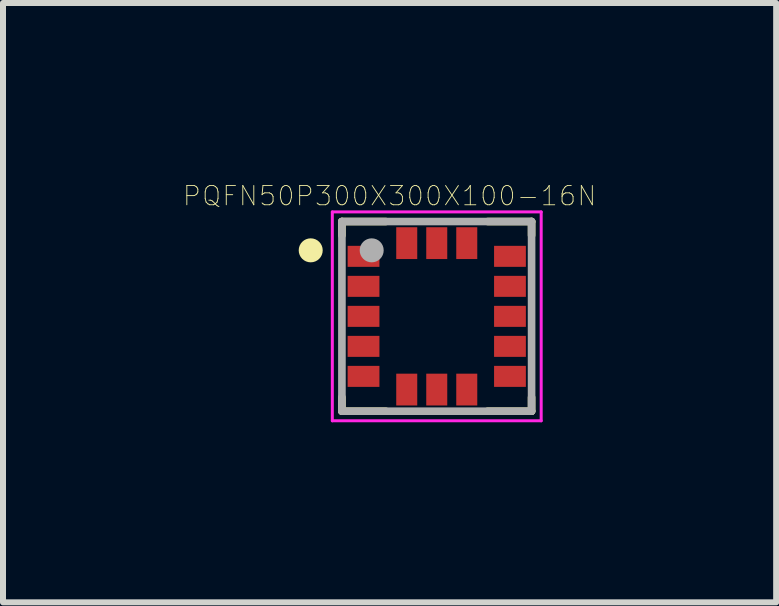
<source format=kicad_pcb>
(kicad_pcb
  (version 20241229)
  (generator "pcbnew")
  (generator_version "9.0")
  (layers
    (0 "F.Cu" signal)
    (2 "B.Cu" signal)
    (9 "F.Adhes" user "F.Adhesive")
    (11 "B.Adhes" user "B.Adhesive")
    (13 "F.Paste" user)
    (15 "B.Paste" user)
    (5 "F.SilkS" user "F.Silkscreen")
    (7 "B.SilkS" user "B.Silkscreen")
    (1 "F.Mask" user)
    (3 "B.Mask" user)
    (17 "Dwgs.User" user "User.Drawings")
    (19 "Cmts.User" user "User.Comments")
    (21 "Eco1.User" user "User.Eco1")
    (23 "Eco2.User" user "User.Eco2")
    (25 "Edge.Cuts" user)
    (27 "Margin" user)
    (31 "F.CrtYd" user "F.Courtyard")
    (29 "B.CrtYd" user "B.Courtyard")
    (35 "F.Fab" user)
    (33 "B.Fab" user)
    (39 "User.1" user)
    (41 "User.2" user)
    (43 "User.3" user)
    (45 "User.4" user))
  (footprint "PQFN50P300X300X100-16N"
    (layer "F.Cu")
    (at 4.227 2.221)
    (property "Reference" "PQFN50P300X300X100-16N" (at -0.786 -2.007 0) (layer "F.SilkS") (effects (font (size 0.321 0.321) (thickness 0.015))))
    (attr through_hole)
    (fp_line (start -1.58 -1.58) (end -0.85 -1.58) (stroke (width 0.127) (type solid)) (layer "F.SilkS"))
    (fp_line (start -1.58 -1.35) (end -1.58 -1.58) (stroke (width 0.127) (type solid)) (layer "F.SilkS"))
    (fp_line (start -1.58 1.35) (end -1.58 1.58) (stroke (width 0.127) (type solid)) (layer "F.SilkS"))
    (fp_line (start -1.58 1.58) (end -0.85 1.58) (stroke (width 0.127) (type solid)) (layer "F.SilkS"))
    (fp_line (start 0.85 -1.58) (end 1.58 -1.58) (stroke (width 0.127) (type solid)) (layer "F.SilkS"))
    (fp_line (start 0.85 1.58) (end 1.58 1.58) (stroke (width 0.127) (type solid)) (layer "F.SilkS"))
    (fp_line (start 1.58 -1.58) (end 1.58 -1.35) (stroke (width 0.127) (type solid)) (layer "F.SilkS"))
    (fp_line (start 1.58 1.58) (end 1.58 1.35) (stroke (width 0.127) (type solid)) (layer "F.SilkS"))
    (fp_circle (center -2.1 -1.1) (end -2 -1.1) (stroke (width 0.2) (type solid)) (fill no) (layer "F.SilkS"))
    (fp_line (start -1.74 -1.74) (end 1.74 -1.74) (stroke (width 0.05) (type solid)) (layer "F.CrtYd"))
    (fp_line (start -1.74 1.74) (end -1.74 -1.74) (stroke (width 0.05) (type solid)) (layer "F.CrtYd"))
    (fp_line (start 1.74 -1.74) (end 1.74 1.74) (stroke (width 0.05) (type solid)) (layer "F.CrtYd"))
    (fp_line (start 1.74 1.74) (end -1.74 1.74) (stroke (width 0.05) (type solid)) (layer "F.CrtYd"))
    (fp_line (start -1.58 -1.58) (end 1.58 -1.58) (stroke (width 0.127) (type solid)) (layer "F.Fab"))
    (fp_line (start -1.58 1.58) (end -1.58 -1.58) (stroke (width 0.127) (type solid)) (layer "F.Fab"))
    (fp_line (start 1.58 -1.58) (end 1.58 1.58) (stroke (width 0.127) (type solid)) (layer "F.Fab"))
    (fp_line (start 1.58 1.58) (end -1.58 1.58) (stroke (width 0.127) (type solid)) (layer "F.Fab"))
    (fp_circle (center -1.084 -1.1) (end -0.984 -1.1) (stroke (width 0.2) (type solid)) (fill no) (layer "F.Fab"))
    (pad "1" smd rect (at -1.22 -1) (size 0.53 0.35) (layers "F.Cu" "F.Mask" "F.Paste"))
    (pad "2" smd rect (at -1.22 -0.5) (size 0.53 0.35) (layers "F.Cu" "F.Mask" "F.Paste"))
    (pad "3" smd rect (at -1.22 0) (size 0.53 0.35) (layers "F.Cu" "F.Mask" "F.Paste"))
    (pad "4" smd rect (at -1.22 0.5) (size 0.53 0.35) (layers "F.Cu" "F.Mask" "F.Paste"))
    (pad "5" smd rect (at -1.22 1) (size 0.53 0.35) (layers "F.Cu" "F.Mask" "F.Paste"))
    (pad "6" smd rect (at -0.5 1.22) (size 0.35 0.53) (layers "F.Cu" "F.Mask" "F.Paste"))
    (pad "7" smd rect (at 0 1.22) (size 0.35 0.53) (layers "F.Cu" "F.Mask" "F.Paste"))
    (pad "8" smd rect (at 0.5 1.22) (size 0.35 0.53) (layers "F.Cu" "F.Mask" "F.Paste"))
    (pad "9" smd rect (at 1.22 1) (size 0.53 0.35) (layers "F.Cu" "F.Mask" "F.Paste"))
    (pad "10" smd rect (at 1.22 0.5) (size 0.53 0.35) (layers "F.Cu" "F.Mask" "F.Paste"))
    (pad "11" smd rect (at 1.22 0) (size 0.53 0.35) (layers "F.Cu" "F.Mask" "F.Paste"))
    (pad "12" smd rect (at 1.22 -0.5) (size 0.53 0.35) (layers "F.Cu" "F.Mask" "F.Paste"))
    (pad "13" smd rect (at 1.22 -1) (size 0.53 0.35) (layers "F.Cu" "F.Mask" "F.Paste"))
    (pad "14" smd rect (at 0.5 -1.22) (size 0.35 0.53) (layers "F.Cu" "F.Mask" "F.Paste"))
    (pad "15" smd rect (at 0 -1.22) (size 0.35 0.53) (layers "F.Cu" "F.Mask" "F.Paste"))
    (pad "16" smd rect (at -0.5 -1.22) (size 0.35 0.53) (layers "F.Cu" "F.Mask" "F.Paste")))
  (gr_rect
    (start -3 -3)
    (end 9.882 6.986)
    (stroke (width 0.1) (type default))
    (fill no)
    (layer "Edge.Cuts")))
</source>
